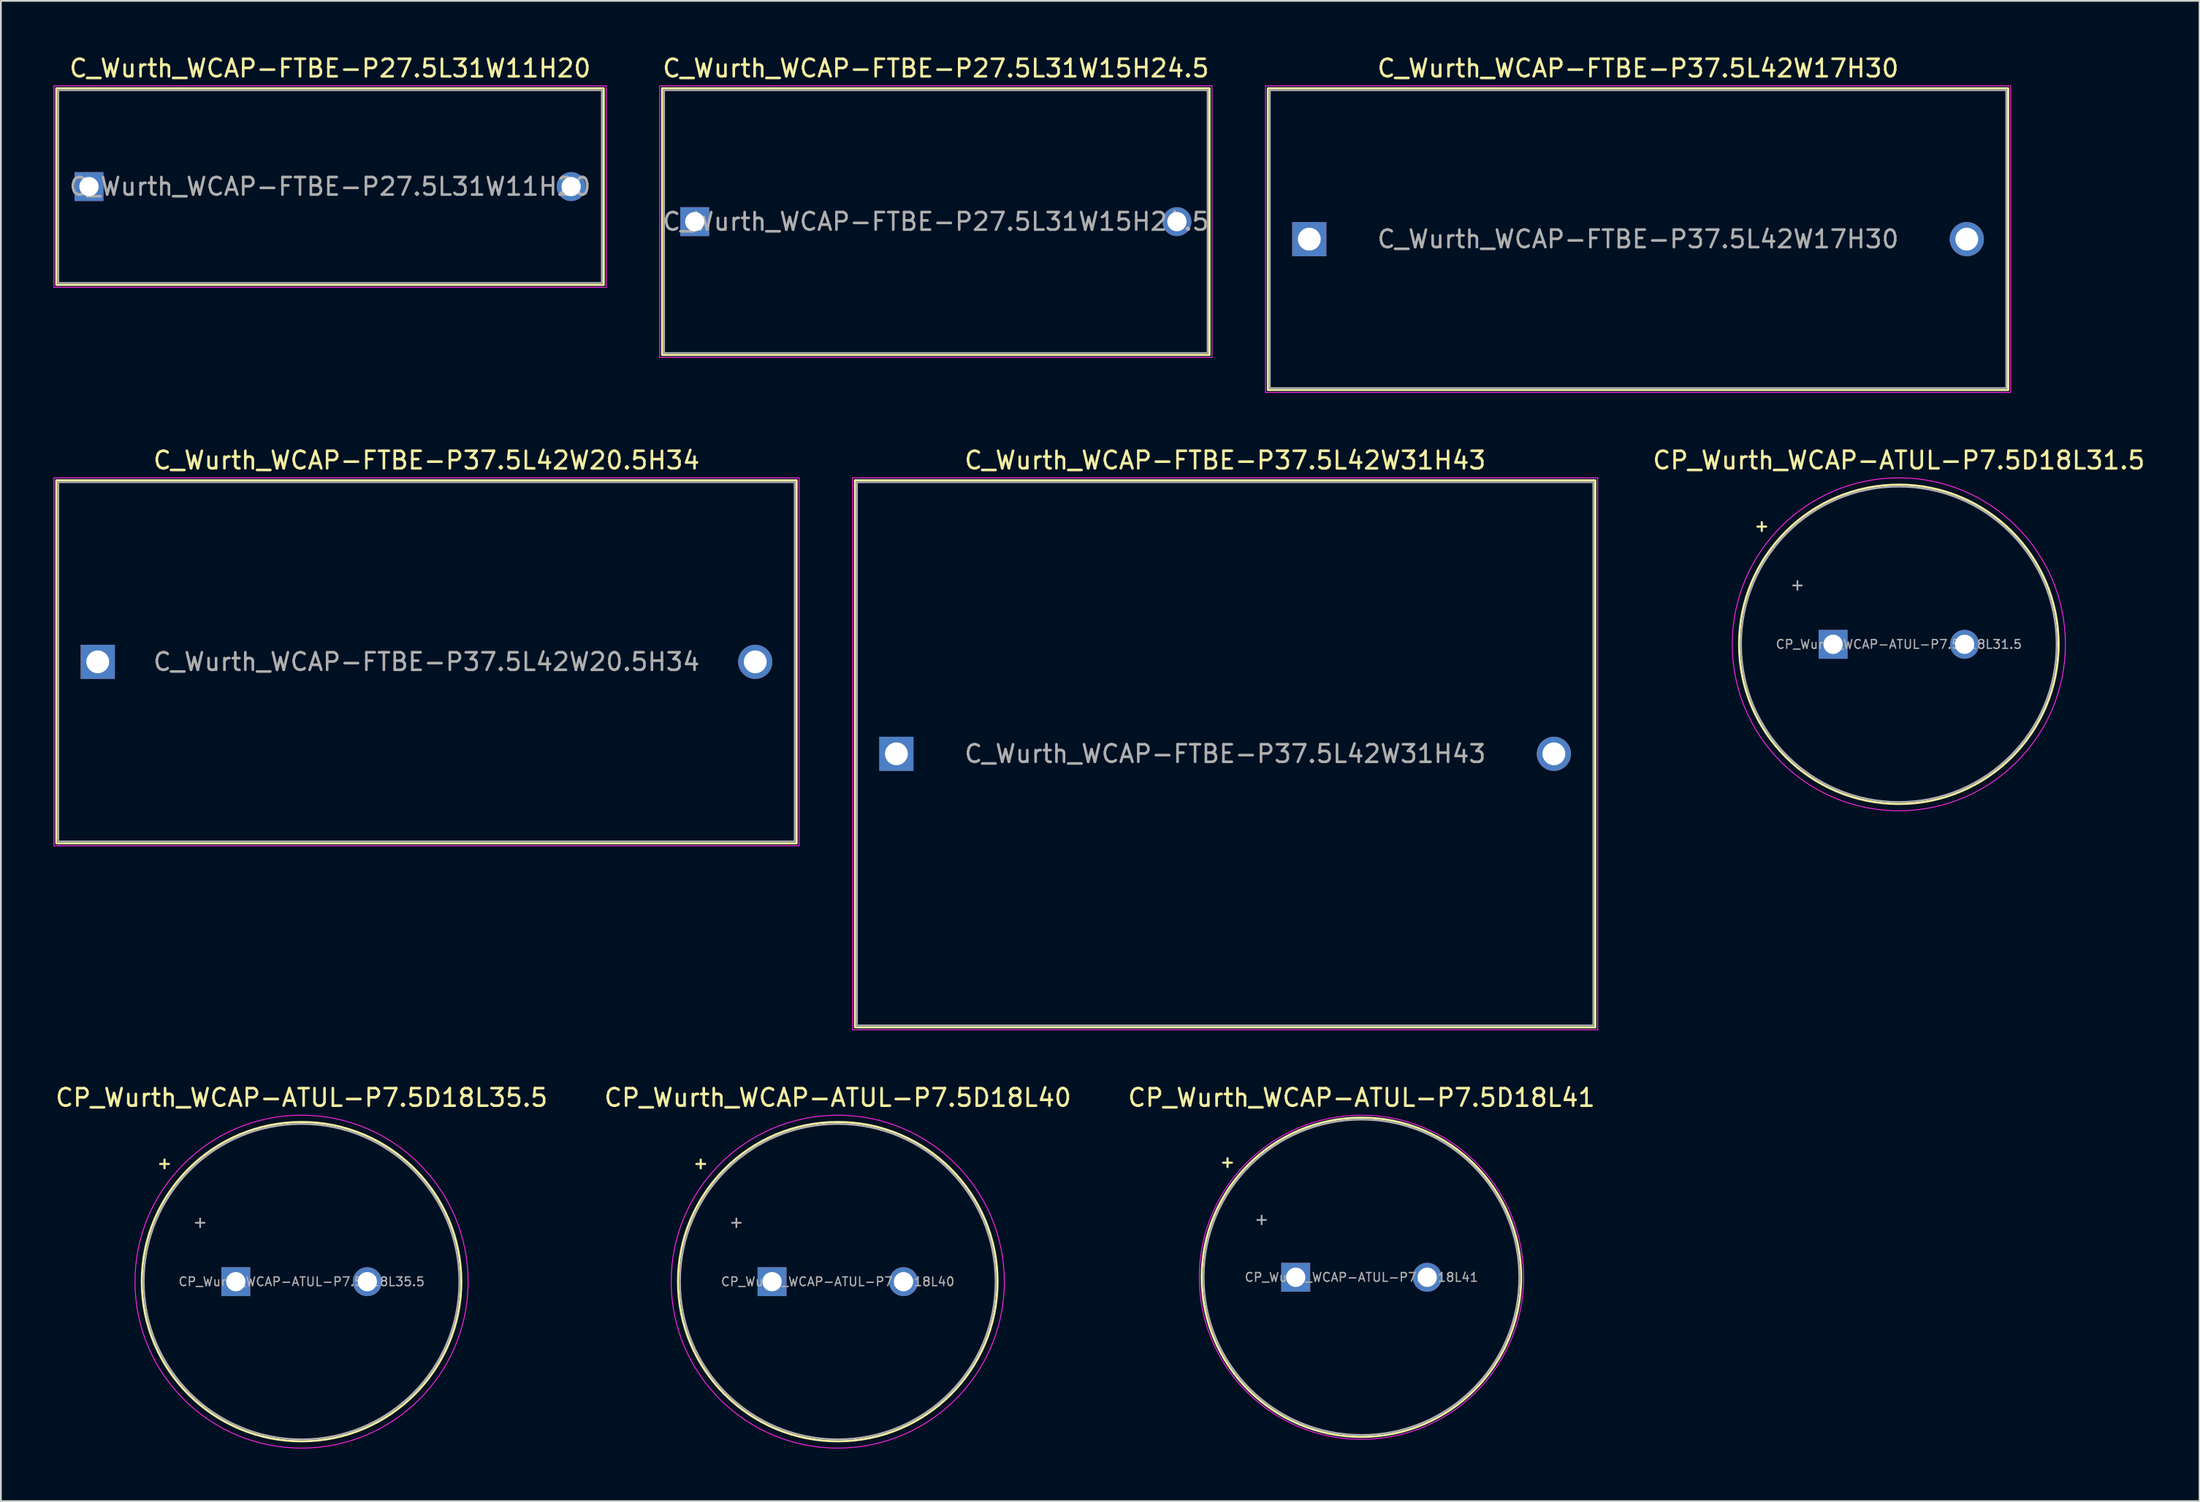
<source format=kicad_pcb>
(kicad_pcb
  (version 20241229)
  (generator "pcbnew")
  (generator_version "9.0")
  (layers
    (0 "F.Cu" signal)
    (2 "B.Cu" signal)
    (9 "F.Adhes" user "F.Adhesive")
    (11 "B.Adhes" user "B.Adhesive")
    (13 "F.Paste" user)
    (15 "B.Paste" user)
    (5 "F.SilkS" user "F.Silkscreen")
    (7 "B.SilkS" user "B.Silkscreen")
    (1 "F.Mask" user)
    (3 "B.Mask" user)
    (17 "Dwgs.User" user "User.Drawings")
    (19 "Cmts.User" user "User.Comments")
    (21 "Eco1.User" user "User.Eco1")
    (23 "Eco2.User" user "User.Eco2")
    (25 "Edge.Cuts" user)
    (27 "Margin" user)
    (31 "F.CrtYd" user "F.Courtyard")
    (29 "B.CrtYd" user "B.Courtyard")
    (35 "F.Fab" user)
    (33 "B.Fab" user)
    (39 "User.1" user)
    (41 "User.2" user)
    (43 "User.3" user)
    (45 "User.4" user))
  (footprint "C_Wurth_WCAP-FTBE-P37.5L42W31H43"
    (layer "F.Cu")
    (at 48.075 39.971)
    (property "Reference" "C_Wurth_WCAP-FTBE-P37.5L42W31H43" (at 18.75 -16.75 0) (unlocked yes) (layer "F.SilkS") (effects (font (size 1 1) (thickness 0.15))))
    (attr through_hole)
    (fp_rect (start -2.36 -15.61) (end 39.86 15.61) (stroke (width 0.12) (type solid)) (fill no) (layer "F.SilkS"))
    (fp_rect (start -2.5 -15.75) (end 40 15.75) (stroke (width 0.05) (type solid)) (fill no) (layer "F.CrtYd"))
    (fp_rect (start -2.25 -15.5) (end 39.75 15.5) (stroke (width 0.1) (type solid)) (fill no) (layer "F.Fab"))
    (fp_text user "${REFERENCE}" (at 18.75 0 0) (unlocked yes) (layer "F.Fab") (effects (font (size 1 1) (thickness 0.15))))
    (pad "1" thru_hole rect (at 0 0) (size 1.95 1.95) (drill 1.3) (layers "*.Cu" "*.Mask"))
    (pad "2" thru_hole circle (at 37.5 0) (size 1.95 1.95) (drill 1.3) (layers "*.Cu" "*.Mask")))
  (footprint "CP_Wurth_WCAP-ATUL-P7.5D18L40"
    (layer "F.Cu")
    (at 40.982 70.095)
    (property "Reference" "CP_Wurth_WCAP-ATUL-P7.5D18L40" (at 3.75 -10.5 0) (unlocked yes) (layer "F.SilkS") (effects (font (size 1 1) (thickness 0.15))))
    (attr through_hole)
    (fp_line (start -4.316 -6.718) (end -3.816 -6.718) (stroke (width 0.12) (type solid)) (layer "F.SilkS"))
    (fp_line (start -4.066 -6.468) (end -4.066 -6.968) (stroke (width 0.12) (type solid)) (layer "F.SilkS"))
    (fp_circle (center 3.75 0) (end 12.86 0) (stroke (width 0.12) (type solid)) (fill no) (layer "F.SilkS"))
    (fp_circle (center 3.75 0) (end 13.25 0) (stroke (width 0.05) (type solid)) (fill no) (layer "F.CrtYd"))
    (fp_line (start -2.283 -3.359) (end -1.783 -3.359) (stroke (width 0.1) (type default)) (layer "F.Fab"))
    (fp_line (start -2.033 -3.109) (end -2.033 -3.609) (stroke (width 0.1) (type default)) (layer "F.Fab"))
    (fp_circle (center 3.75 0) (end 12.75 0) (stroke (width 0.1) (type solid)) (fill no) (layer "F.Fab"))
    (fp_text user "${REFERENCE}" (at 3.75 0 0) (unlocked yes) (layer "F.Fab") (effects (font (size 0.5 0.5) (thickness 0.075))))
    (pad "1" thru_hole rect (at 0 0) (size 1.65 1.65) (drill 1.1) (layers "*.Cu" "*.Mask"))
    (pad "2" thru_hole circle (at 7.5 0) (size 1.65 1.65) (drill 1.1) (layers "*.Cu" "*.Mask")))
  (footprint "C_Wurth_WCAP-FTBE-P27.5L31W11H20"
    (layer "F.Cu")
    (at 2.025 7.598)
    (property "Reference" "C_Wurth_WCAP-FTBE-P27.5L31W11H20" (at 13.75 -6.75 0) (unlocked yes) (layer "F.SilkS") (effects (font (size 1 1) (thickness 0.15))))
    (attr through_hole)
    (fp_rect (start -1.86 -5.61) (end 29.36 5.61) (stroke (width 0.12) (type solid)) (fill no) (layer "F.SilkS"))
    (fp_rect (start -2 -5.75) (end 29.5 5.75) (stroke (width 0.05) (type solid)) (fill no) (layer "F.CrtYd"))
    (fp_rect (start -1.75 -5.5) (end 29.25 5.5) (stroke (width 0.1) (type solid)) (fill no) (layer "F.Fab"))
    (fp_text user "${REFERENCE}" (at 13.75 0 0) (unlocked yes) (layer "F.Fab") (effects (font (size 1 1) (thickness 0.15))))
    (pad "1" thru_hole rect (at 0 0) (size 1.65 1.65) (drill 1.1) (layers "*.Cu" "*.Mask"))
    (pad "2" thru_hole circle (at 27.5 0) (size 1.65 1.65) (drill 1.1) (layers "*.Cu" "*.Mask")))
  (footprint "C_Wurth_WCAP-FTBE-P37.5L42W20.5H34"
    (layer "F.Cu")
    (at 2.525 34.721)
    (property "Reference" "C_Wurth_WCAP-FTBE-P37.5L42W20.5H34" (at 18.75 -11.5 0) (unlocked yes) (layer "F.SilkS") (effects (font (size 1 1) (thickness 0.15))))
    (attr through_hole)
    (fp_rect (start -2.36 -10.36) (end 39.86 10.36) (stroke (width 0.12) (type solid)) (fill no) (layer "F.SilkS"))
    (fp_rect (start -2.5 -10.5) (end 40 10.5) (stroke (width 0.05) (type solid)) (fill no) (layer "F.CrtYd"))
    (fp_rect (start -2.25 -10.25) (end 39.75 10.25) (stroke (width 0.1) (type solid)) (fill no) (layer "F.Fab"))
    (fp_text user "${REFERENCE}" (at 18.75 0 0) (unlocked yes) (layer "F.Fab") (effects (font (size 1 1) (thickness 0.15))))
    (pad "1" thru_hole rect (at 0 0) (size 1.95 1.95) (drill 1.3) (layers "*.Cu" "*.Mask"))
    (pad "2" thru_hole circle (at 37.5 0) (size 1.95 1.95) (drill 1.3) (layers "*.Cu" "*.Mask")))
  (footprint "C_Wurth_WCAP-FTBE-P27.5L31W15H24.5"
    (layer "F.Cu")
    (at 36.575 9.598)
    (property "Reference" "C_Wurth_WCAP-FTBE-P27.5L31W15H24.5" (at 13.75 -8.75 0) (unlocked yes) (layer "F.SilkS") (effects (font (size 1 1) (thickness 0.15))))
    (attr through_hole)
    (fp_rect (start -1.86 -7.61) (end 29.36 7.61) (stroke (width 0.12) (type solid)) (fill no) (layer "F.SilkS"))
    (fp_rect (start -2 -7.75) (end 29.5 7.75) (stroke (width 0.05) (type solid)) (fill no) (layer "F.CrtYd"))
    (fp_rect (start -1.75 -7.5) (end 29.25 7.5) (stroke (width 0.1) (type solid)) (fill no) (layer "F.Fab"))
    (fp_text user "${REFERENCE}" (at 13.75 0 0) (unlocked yes) (layer "F.Fab") (effects (font (size 1 1) (thickness 0.15))))
    (pad "1" thru_hole rect (at 0 0) (size 1.65 1.65) (drill 1.1) (layers "*.Cu" "*.Mask"))
    (pad "2" thru_hole circle (at 27.5 0) (size 1.65 1.65) (drill 1.1) (layers "*.Cu" "*.Mask")))
  (footprint "CP_Wurth_WCAP-ATUL-P7.5D18L35.5"
    (layer "F.Cu")
    (at 10.399 70.095)
    (property "Reference" "CP_Wurth_WCAP-ATUL-P7.5D18L35.5" (at 3.75 -10.5 0) (unlocked yes) (layer "F.SilkS") (effects (font (size 1 1) (thickness 0.15))))
    (attr through_hole)
    (fp_line (start -4.316 -6.718) (end -3.816 -6.718) (stroke (width 0.12) (type solid)) (layer "F.SilkS"))
    (fp_line (start -4.066 -6.468) (end -4.066 -6.968) (stroke (width 0.12) (type solid)) (layer "F.SilkS"))
    (fp_circle (center 3.75 0) (end 12.86 0) (stroke (width 0.12) (type solid)) (fill no) (layer "F.SilkS"))
    (fp_circle (center 3.75 0) (end 13.25 0) (stroke (width 0.05) (type solid)) (fill no) (layer "F.CrtYd"))
    (fp_line (start -2.283 -3.359) (end -1.783 -3.359) (stroke (width 0.1) (type default)) (layer "F.Fab"))
    (fp_line (start -2.033 -3.109) (end -2.033 -3.609) (stroke (width 0.1) (type default)) (layer "F.Fab"))
    (fp_circle (center 3.75 0) (end 12.75 0) (stroke (width 0.1) (type solid)) (fill no) (layer "F.Fab"))
    (fp_text user "${REFERENCE}" (at 3.75 0 0) (unlocked yes) (layer "F.Fab") (effects (font (size 0.5 0.5) (thickness 0.075))))
    (pad "1" thru_hole rect (at 0 0) (size 1.65 1.65) (drill 1.1) (layers "*.Cu" "*.Mask"))
    (pad "2" thru_hole circle (at 7.5 0) (size 1.65 1.65) (drill 1.1) (layers "*.Cu" "*.Mask")))
  (footprint "CP_Wurth_WCAP-ATUL-P7.5D18L41"
    (layer "F.Cu")
    (at 70.851 69.845)
    (property "Reference" "CP_Wurth_WCAP-ATUL-P7.5D18L41" (at 3.75 -10.25 0) (unlocked yes) (layer "F.SilkS") (effects (font (size 1 1) (thickness 0.15))))
    (attr through_hole)
    (fp_line (start -4.139 -6.541) (end -3.639 -6.541) (stroke (width 0.12) (type solid)) (layer "F.SilkS"))
    (fp_line (start -3.889 -6.291) (end -3.889 -6.791) (stroke (width 0.12) (type solid)) (layer "F.SilkS"))
    (fp_circle (center 3.75 0) (end 12.86 0) (stroke (width 0.12) (type solid)) (fill no) (layer "F.SilkS"))
    (fp_circle (center 3.75 0) (end 13 0) (stroke (width 0.05) (type solid)) (fill no) (layer "F.CrtYd"))
    (fp_line (start -2.195 -3.27) (end -1.695 -3.27) (stroke (width 0.1) (type default)) (layer "F.Fab"))
    (fp_line (start -1.945 -3.02) (end -1.945 -3.52) (stroke (width 0.1) (type default)) (layer "F.Fab"))
    (fp_circle (center 3.75 0) (end 12.75 0) (stroke (width 0.1) (type solid)) (fill no) (layer "F.Fab"))
    (fp_text user "${REFERENCE}" (at 3.75 0 0) (unlocked yes) (layer "F.Fab") (effects (font (size 0.5 0.5) (thickness 0.075))))
    (pad "1" thru_hole rect (at 0 0) (size 1.65 1.65) (drill 1.1) (layers "*.Cu" "*.Mask"))
    (pad "2" thru_hole circle (at 7.5 0) (size 1.65 1.65) (drill 1.1) (layers "*.Cu" "*.Mask")))
  (footprint "C_Wurth_WCAP-FTBE-P37.5L42W17H30"
    (layer "F.Cu")
    (at 71.625 10.598)
    (property "Reference" "C_Wurth_WCAP-FTBE-P37.5L42W17H30" (at 18.75 -9.75 0) (unlocked yes) (layer "F.SilkS") (effects (font (size 1 1) (thickness 0.15))))
    (attr through_hole)
    (fp_rect (start -2.36 -8.61) (end 39.86 8.61) (stroke (width 0.12) (type solid)) (fill no) (layer "F.SilkS"))
    (fp_rect (start -2.5 -8.75) (end 40 8.75) (stroke (width 0.05) (type solid)) (fill no) (layer "F.CrtYd"))
    (fp_rect (start -2.25 -8.5) (end 39.75 8.5) (stroke (width 0.1) (type solid)) (fill no) (layer "F.Fab"))
    (fp_text user "${REFERENCE}" (at 18.75 0 0) (unlocked yes) (layer "F.Fab") (effects (font (size 1 1) (thickness 0.15))))
    (pad "1" thru_hole rect (at 0 0) (size 1.95 1.95) (drill 1.3) (layers "*.Cu" "*.Mask"))
    (pad "2" thru_hole circle (at 37.5 0) (size 1.95 1.95) (drill 1.3) (layers "*.Cu" "*.Mask")))
  (footprint "CP_Wurth_WCAP-ATUL-P7.5D18L31.5"
    (layer "F.Cu")
    (at 101.499 33.721)
    (property "Reference" "CP_Wurth_WCAP-ATUL-P7.5D18L31.5" (at 3.75 -10.5 0) (unlocked yes) (layer "F.SilkS") (effects (font (size 1 1) (thickness 0.15))))
    (attr through_hole)
    (fp_line (start -4.316 -6.718) (end -3.816 -6.718) (stroke (width 0.12) (type solid)) (layer "F.SilkS"))
    (fp_line (start -4.066 -6.468) (end -4.066 -6.968) (stroke (width 0.12) (type solid)) (layer "F.SilkS"))
    (fp_circle (center 3.75 0) (end 12.86 0) (stroke (width 0.12) (type solid)) (fill no) (layer "F.SilkS"))
    (fp_circle (center 3.75 0) (end 13.25 0) (stroke (width 0.05) (type solid)) (fill no) (layer "F.CrtYd"))
    (fp_line (start -2.283 -3.359) (end -1.783 -3.359) (stroke (width 0.1) (type default)) (layer "F.Fab"))
    (fp_line (start -2.033 -3.109) (end -2.033 -3.609) (stroke (width 0.1) (type default)) (layer "F.Fab"))
    (fp_circle (center 3.75 0) (end 12.75 0) (stroke (width 0.1) (type solid)) (fill no) (layer "F.Fab"))
    (fp_text user "${REFERENCE}" (at 3.75 0 0) (unlocked yes) (layer "F.Fab") (effects (font (size 0.5 0.5) (thickness 0.075))))
    (pad "1" thru_hole rect (at 0 0) (size 1.65 1.65) (drill 1.1) (layers "*.Cu" "*.Mask"))
    (pad "2" thru_hole circle (at 7.5 0) (size 1.65 1.65) (drill 1.1) (layers "*.Cu" "*.Mask")))
  (gr_rect
    (start -3 -3)
    (end 122.398 82.62)
    (stroke (width 0.1) (type default))
    (fill no)
    (layer "Edge.Cuts")))
</source>
